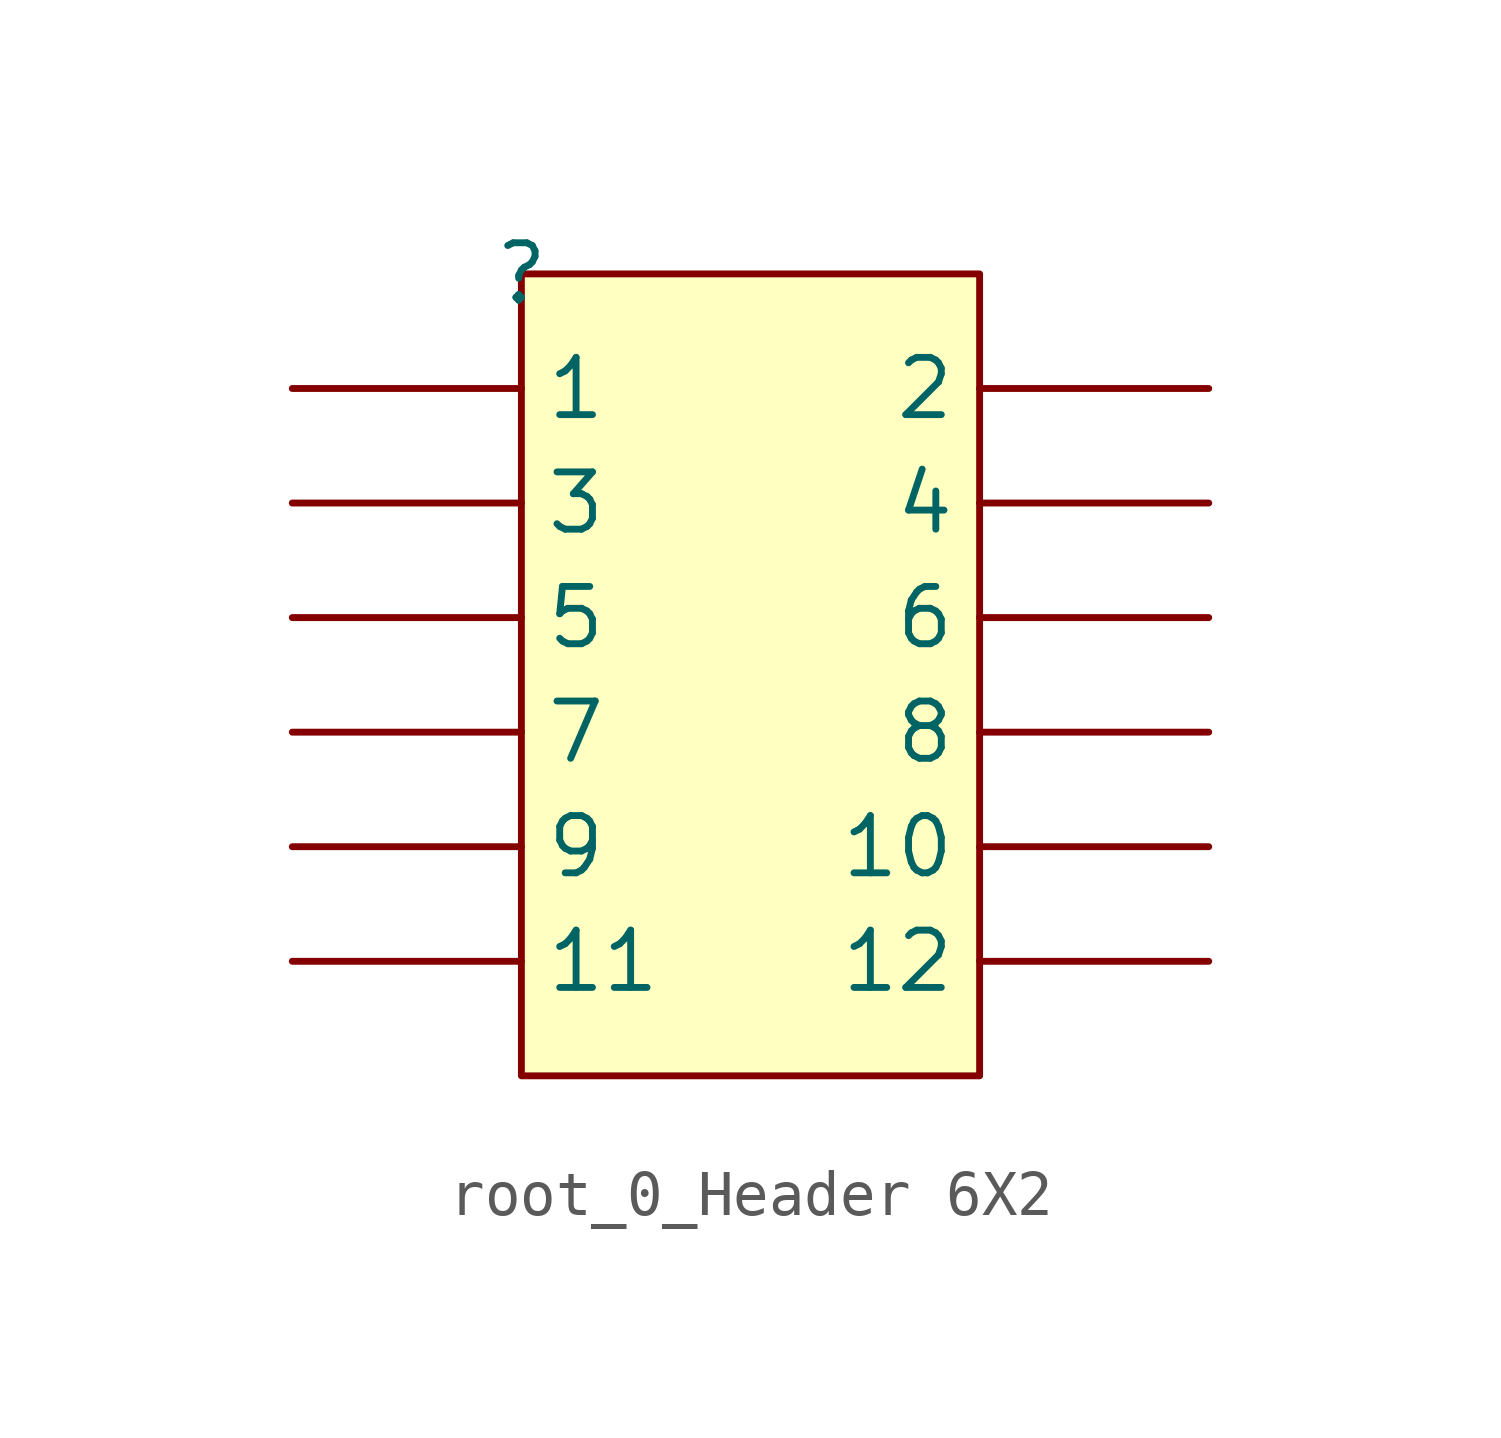
<source format=kicad_sym>
(kicad_symbol_lib
  (version 20220914)
  (generator kicad_symbol_editor)
  (symbol "root_0_Header 6X2"
    (property "Reference" ""
      (at 0 0 0)
      (effects (font (size 1.27 1.27))))
    (property "Value" ""
      (at 0 0 0)
      (effects (font (size 1.27 1.27))))
    (symbol "root_0_Header 6X2_1_0"
      (rectangle (start 10.16 0) (end 0 -17.78) (stroke (width 0) (type solid)) (fill (type background)))
      (pin passive line (at -5.08 -2.54 0) (length 5.08) (name "1" (effects (font (size 1.27 1.27)))) (number "1" (effects (font (size 0 0)))))
      (pin passive line (at 15.24 -12.7 180) (length 5.08) (name "10" (effects (font (size 1.27 1.27)))) (number "10" (effects (font (size 0 0)))))
      (pin passive line (at -5.08 -15.24 0) (length 5.08) (name "11" (effects (font (size 1.27 1.27)))) (number "11" (effects (font (size 0 0)))))
      (pin passive line (at 15.24 -15.24 180) (length 5.08) (name "12" (effects (font (size 1.27 1.27)))) (number "12" (effects (font (size 0 0)))))
      (pin passive line (at 15.24 -2.54 180) (length 5.08) (name "2" (effects (font (size 1.27 1.27)))) (number "2" (effects (font (size 0 0)))))
      (pin passive line (at -5.08 -5.08 0) (length 5.08) (name "3" (effects (font (size 1.27 1.27)))) (number "3" (effects (font (size 0 0)))))
      (pin passive line (at 15.24 -5.08 180) (length 5.08) (name "4" (effects (font (size 1.27 1.27)))) (number "4" (effects (font (size 0 0)))))
      (pin passive line (at -5.08 -7.62 0) (length 5.08) (name "5" (effects (font (size 1.27 1.27)))) (number "5" (effects (font (size 0 0)))))
      (pin passive line (at 15.24 -7.62 180) (length 5.08) (name "6" (effects (font (size 1.27 1.27)))) (number "6" (effects (font (size 0 0)))))
      (pin passive line (at -5.08 -10.16 0) (length 5.08) (name "7" (effects (font (size 1.27 1.27)))) (number "7" (effects (font (size 0 0)))))
      (pin passive line (at 15.24 -10.16 180) (length 5.08) (name "8" (effects (font (size 1.27 1.27)))) (number "8" (effects (font (size 0 0)))))
      (pin passive line (at -5.08 -12.7 0) (length 5.08) (name "9" (effects (font (size 1.27 1.27)))) (number "9" (effects (font (size 0 0))))))))
</source>
